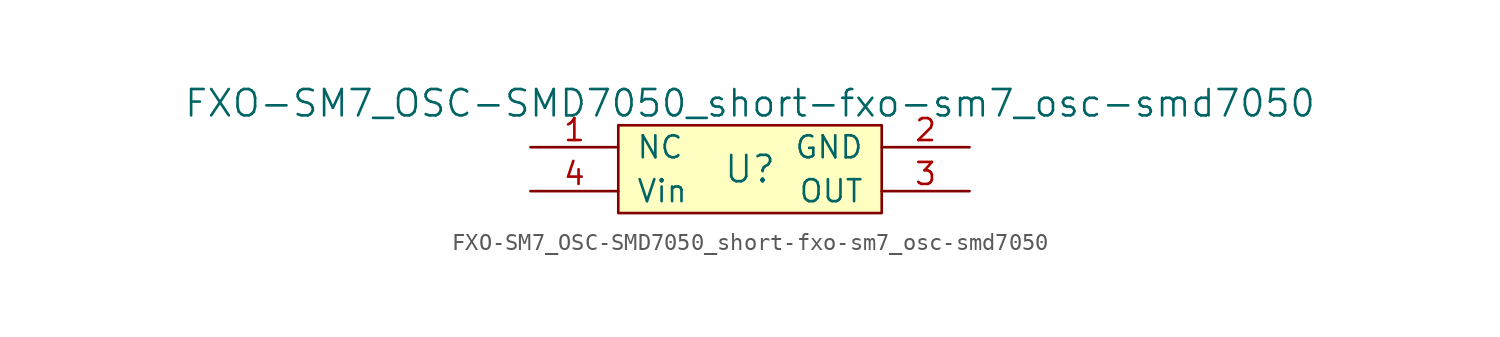
<source format=kicad_sym>
(kicad_symbol_lib
  (version 20210619)
  (generator kicad_symbol_editor)
  (symbol "ads131:FXO-SM7_OSC-SMD7050_short-fxo-sm7_osc-smd7050"
    (pin_names
      (offset 1.016))
    (property "Reference" "U"
      (at 0 0 0)
      (effects (font (size 1.524 1.524))))
    (property "Value" "FXO-SM7_OSC-SMD7050_short-fxo-sm7_osc-smd7050"
      (at 0 3.81 0)
      (effects (font (size 1.524 1.524))))
    (symbol "FXO-SM7_OSC-SMD7050_short-fxo-sm7_osc-smd7050_0_1"
      (rectangle (start 7.62 2.54) (end -7.62 -2.54) (stroke (width 0)) (fill (type background))))
    (symbol "FXO-SM7_OSC-SMD7050_short-fxo-sm7_osc-smd7050_1_1"
      (pin input line (at -12.7 1.27 0) (length 5.08) (name "NC" (effects (font (size 1.27 1.27)))) (number "1" (effects (font (size 1.27 1.27)))))
      (pin power_in line (at 12.7 1.27 180) (length 5.08) (name "GND" (effects (font (size 1.27 1.27)))) (number "2" (effects (font (size 1.27 1.27)))))
      (pin output line (at 12.7 -1.27 180) (length 5.08) (name "OUT" (effects (font (size 1.27 1.27)))) (number "3" (effects (font (size 1.27 1.27)))))
      (pin power_in line (at -12.7 -1.27 0) (length 5.08) (name "Vin" (effects (font (size 1.27 1.27)))) (number "4" (effects (font (size 1.27 1.27))))))))
</source>
